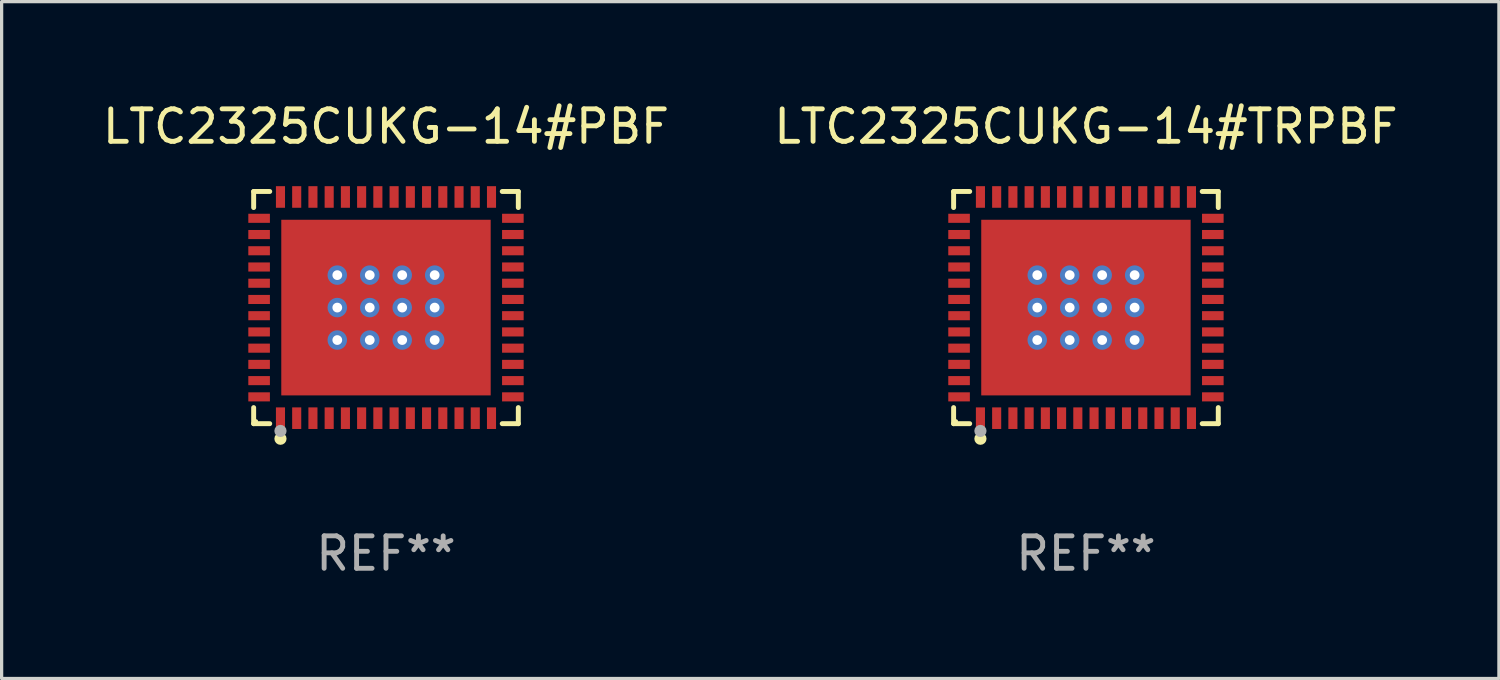
<source format=kicad_pcb>
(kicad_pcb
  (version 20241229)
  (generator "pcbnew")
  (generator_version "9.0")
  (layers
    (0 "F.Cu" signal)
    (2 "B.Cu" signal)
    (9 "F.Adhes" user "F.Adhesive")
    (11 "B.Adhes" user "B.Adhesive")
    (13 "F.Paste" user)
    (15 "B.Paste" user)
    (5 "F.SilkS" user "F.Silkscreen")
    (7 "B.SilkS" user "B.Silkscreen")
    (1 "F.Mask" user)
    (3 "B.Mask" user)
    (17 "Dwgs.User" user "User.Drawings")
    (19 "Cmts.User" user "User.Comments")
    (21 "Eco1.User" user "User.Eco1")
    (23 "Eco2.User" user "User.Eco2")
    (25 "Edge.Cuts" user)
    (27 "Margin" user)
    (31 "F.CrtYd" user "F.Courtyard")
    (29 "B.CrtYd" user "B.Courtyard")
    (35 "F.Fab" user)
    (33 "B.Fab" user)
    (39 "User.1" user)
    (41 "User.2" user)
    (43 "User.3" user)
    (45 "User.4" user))
  (footprint "LTC2325CUKG-14#PBF"
    (layer "F.Cu")
    (at 8.839 6.424)
    (property "Reference" "LTC2325CUKG-14#PBF" (at 0 -5.576 0) (layer "F.SilkS") (effects (font (size 1 1) (thickness 0.15))))
    (attr through_hole)
    (fp_line (start -4.076 -3.576) (end -3.581 -3.576) (stroke (width 0.152) (type solid)) (layer "F.SilkS"))
    (fp_line (start -4.076 -3.081) (end -4.076 -3.576) (stroke (width 0.152) (type solid)) (layer "F.SilkS"))
    (fp_line (start -4.076 3.081) (end -4.076 3.576) (stroke (width 0.152) (type solid)) (layer "F.SilkS"))
    (fp_line (start -4.076 3.576) (end -3.581 3.576) (stroke (width 0.152) (type solid)) (layer "F.SilkS"))
    (fp_line (start 4.076 -3.576) (end 3.581 -3.576) (stroke (width 0.152) (type solid)) (layer "F.SilkS"))
    (fp_line (start 4.076 -3.081) (end 4.076 -3.576) (stroke (width 0.152) (type solid)) (layer "F.SilkS"))
    (fp_line (start 4.076 3.081) (end 4.076 3.576) (stroke (width 0.152) (type solid)) (layer "F.SilkS"))
    (fp_line (start 4.076 3.576) (end 3.581 3.576) (stroke (width 0.152) (type solid)) (layer "F.SilkS"))
    (fp_circle (center -4 3.5) (end -3.97 3.5) (stroke (width 0.06) (type solid)) (fill no) (layer "F.SilkS"))
    (fp_circle (center -3.25 4.04) (end -3.156 4.04) (stroke (width 0.188) (type solid)) (fill no) (layer "F.SilkS"))
    (fp_circle (center -3.25 3.8) (end -3.156 3.8) (stroke (width 0.188) (type solid)) (fill no) (layer "F.Fab"))
    (fp_text user "REF**" (at 0 7.576 0) (layer "F.Fab") (effects (font (size 1 1) (thickness 0.15))))
    (pad "1" smd rect (at -3.25 3.407) (size 0.28 0.665) (layers "F.Cu" "F.Mask" "F.Paste"))
    (pad "2" smd rect (at -2.75 3.407) (size 0.28 0.665) (layers "F.Cu" "F.Mask" "F.Paste"))
    (pad "3" smd rect (at -2.25 3.407) (size 0.28 0.665) (layers "F.Cu" "F.Mask" "F.Paste"))
    (pad "4" smd rect (at -1.75 3.407) (size 0.28 0.665) (layers "F.Cu" "F.Mask" "F.Paste"))
    (pad "5" smd rect (at -1.25 3.407) (size 0.28 0.665) (layers "F.Cu" "F.Mask" "F.Paste"))
    (pad "6" smd rect (at -0.75 3.407) (size 0.28 0.665) (layers "F.Cu" "F.Mask" "F.Paste"))
    (pad "7" smd rect (at -0.25 3.407) (size 0.28 0.665) (layers "F.Cu" "F.Mask" "F.Paste"))
    (pad "8" smd rect (at 0.25 3.407) (size 0.28 0.665) (layers "F.Cu" "F.Mask" "F.Paste"))
    (pad "9" smd rect (at 0.75 3.407) (size 0.28 0.665) (layers "F.Cu" "F.Mask" "F.Paste"))
    (pad "10" smd rect (at 1.25 3.407) (size 0.28 0.665) (layers "F.Cu" "F.Mask" "F.Paste"))
    (pad "11" smd rect (at 1.75 3.407) (size 0.28 0.665) (layers "F.Cu" "F.Mask" "F.Paste"))
    (pad "12" smd rect (at 2.25 3.407) (size 0.28 0.665) (layers "F.Cu" "F.Mask" "F.Paste"))
    (pad "13" smd rect (at 2.75 3.407) (size 0.28 0.665) (layers "F.Cu" "F.Mask" "F.Paste"))
    (pad "14" smd rect (at 3.25 3.407) (size 0.28 0.665) (layers "F.Cu" "F.Mask" "F.Paste"))
    (pad "15" smd rect (at 3.908 2.75) (size 0.665 0.28) (layers "F.Cu" "F.Mask" "F.Paste"))
    (pad "16" smd rect (at 3.908 2.25) (size 0.665 0.28) (layers "F.Cu" "F.Mask" "F.Paste"))
    (pad "17" smd rect (at 3.908 1.75) (size 0.665 0.28) (layers "F.Cu" "F.Mask" "F.Paste"))
    (pad "18" smd rect (at 3.908 1.25) (size 0.665 0.28) (layers "F.Cu" "F.Mask" "F.Paste"))
    (pad "19" smd rect (at 3.908 0.75) (size 0.665 0.28) (layers "F.Cu" "F.Mask" "F.Paste"))
    (pad "20" smd rect (at 3.908 0.25) (size 0.665 0.28) (layers "F.Cu" "F.Mask" "F.Paste"))
    (pad "21" smd rect (at 3.908 -0.25) (size 0.665 0.28) (layers "F.Cu" "F.Mask" "F.Paste"))
    (pad "22" smd rect (at 3.908 -0.75) (size 0.665 0.28) (layers "F.Cu" "F.Mask" "F.Paste"))
    (pad "23" smd rect (at 3.908 -1.25) (size 0.665 0.28) (layers "F.Cu" "F.Mask" "F.Paste"))
    (pad "24" smd rect (at 3.908 -1.75) (size 0.665 0.28) (layers "F.Cu" "F.Mask" "F.Paste"))
    (pad "25" smd rect (at 3.908 -2.25) (size 0.665 0.28) (layers "F.Cu" "F.Mask" "F.Paste"))
    (pad "26" smd rect (at 3.908 -2.75) (size 0.665 0.28) (layers "F.Cu" "F.Mask" "F.Paste"))
    (pad "27" smd rect (at 3.25 -3.407) (size 0.28 0.665) (layers "F.Cu" "F.Mask" "F.Paste"))
    (pad "28" smd rect (at 2.75 -3.407) (size 0.28 0.665) (layers "F.Cu" "F.Mask" "F.Paste"))
    (pad "29" smd rect (at 2.25 -3.407) (size 0.28 0.665) (layers "F.Cu" "F.Mask" "F.Paste"))
    (pad "30" smd rect (at 1.75 -3.407) (size 0.28 0.665) (layers "F.Cu" "F.Mask" "F.Paste"))
    (pad "31" smd rect (at 1.25 -3.407) (size 0.28 0.665) (layers "F.Cu" "F.Mask" "F.Paste"))
    (pad "32" smd rect (at 0.75 -3.407) (size 0.28 0.665) (layers "F.Cu" "F.Mask" "F.Paste"))
    (pad "33" smd rect (at 0.25 -3.407) (size 0.28 0.665) (layers "F.Cu" "F.Mask" "F.Paste"))
    (pad "34" smd rect (at -0.25 -3.407) (size 0.28 0.665) (layers "F.Cu" "F.Mask" "F.Paste"))
    (pad "35" smd rect (at -0.75 -3.407) (size 0.28 0.665) (layers "F.Cu" "F.Mask" "F.Paste"))
    (pad "36" smd rect (at -1.25 -3.407) (size 0.28 0.665) (layers "F.Cu" "F.Mask" "F.Paste"))
    (pad "37" smd rect (at -1.75 -3.407) (size 0.28 0.665) (layers "F.Cu" "F.Mask" "F.Paste"))
    (pad "38" smd rect (at -2.25 -3.407) (size 0.28 0.665) (layers "F.Cu" "F.Mask" "F.Paste"))
    (pad "39" smd rect (at -2.75 -3.407) (size 0.28 0.665) (layers "F.Cu" "F.Mask" "F.Paste"))
    (pad "40" smd rect (at -3.25 -3.407) (size 0.28 0.665) (layers "F.Cu" "F.Mask" "F.Paste"))
    (pad "41" smd rect (at -3.908 -2.75) (size 0.665 0.28) (layers "F.Cu" "F.Mask" "F.Paste"))
    (pad "42" smd rect (at -3.908 -2.25) (size 0.665 0.28) (layers "F.Cu" "F.Mask" "F.Paste"))
    (pad "43" smd rect (at -3.908 -1.75) (size 0.665 0.28) (layers "F.Cu" "F.Mask" "F.Paste"))
    (pad "44" smd rect (at -3.908 -1.25) (size 0.665 0.28) (layers "F.Cu" "F.Mask" "F.Paste"))
    (pad "45" smd rect (at -3.908 -0.75) (size 0.665 0.28) (layers "F.Cu" "F.Mask" "F.Paste"))
    (pad "46" smd rect (at -3.908 -0.25) (size 0.665 0.28) (layers "F.Cu" "F.Mask" "F.Paste"))
    (pad "47" smd rect (at -3.908 0.25) (size 0.665 0.28) (layers "F.Cu" "F.Mask" "F.Paste"))
    (pad "48" smd rect (at -3.908 0.75) (size 0.665 0.28) (layers "F.Cu" "F.Mask" "F.Paste"))
    (pad "49" smd rect (at -3.908 1.25) (size 0.665 0.28) (layers "F.Cu" "F.Mask" "F.Paste"))
    (pad "50" smd rect (at -3.908 1.75) (size 0.665 0.28) (layers "F.Cu" "F.Mask" "F.Paste"))
    (pad "51" smd rect (at -3.908 2.25) (size 0.665 0.28) (layers "F.Cu" "F.Mask" "F.Paste"))
    (pad "52" smd rect (at -3.908 2.75) (size 0.665 0.28) (layers "F.Cu" "F.Mask" "F.Paste"))
    (pad "53" thru_hole circle (at -1.5 -1) (size 0.6 0.6) (drill 0.3) (layers "*.Cu" "*.Mask"))
    (pad "53" thru_hole circle (at -1.5 0) (size 0.6 0.6) (drill 0.3) (layers "*.Cu" "*.Mask"))
    (pad "53" thru_hole circle (at -1.5 1) (size 0.6 0.6) (drill 0.3) (layers "*.Cu" "*.Mask"))
    (pad "53" thru_hole circle (at -0.5 -1) (size 0.6 0.6) (drill 0.3) (layers "*.Cu" "*.Mask"))
    (pad "53" thru_hole circle (at -0.5 0) (size 0.6 0.6) (drill 0.3) (layers "*.Cu" "*.Mask"))
    (pad "53" thru_hole circle (at -0.5 1) (size 0.6 0.6) (drill 0.3) (layers "*.Cu" "*.Mask"))
    (pad "53" smd rect (at 0 0) (size 6.45 5.41) (layers "F.Cu" "F.Mask" "F.Paste"))
    (pad "53" thru_hole circle (at 0.5 -1) (size 0.6 0.6) (drill 0.3) (layers "*.Cu" "*.Mask"))
    (pad "53" thru_hole circle (at 0.5 0) (size 0.6 0.6) (drill 0.3) (layers "*.Cu" "*.Mask"))
    (pad "53" thru_hole circle (at 0.5 1) (size 0.6 0.6) (drill 0.3) (layers "*.Cu" "*.Mask"))
    (pad "53" thru_hole circle (at 1.5 -1) (size 0.6 0.6) (drill 0.3) (layers "*.Cu" "*.Mask"))
    (pad "53" thru_hole circle (at 1.5 0) (size 0.6 0.6) (drill 0.3) (layers "*.Cu" "*.Mask"))
    (pad "53" thru_hole circle (at 1.5 1) (size 0.6 0.6) (drill 0.3) (layers "*.Cu" "*.Mask")))
  (footprint "LTC2325CUKG-14#TRPBF"
    (layer "F.Cu")
    (at 30.399 6.424)
    (property "Reference" "LTC2325CUKG-14#TRPBF" (at 0 -5.576 0) (layer "F.SilkS") (effects (font (size 1 1) (thickness 0.15))))
    (attr through_hole)
    (fp_line (start -4.076 -3.576) (end -3.581 -3.576) (stroke (width 0.152) (type solid)) (layer "F.SilkS"))
    (fp_line (start -4.076 -3.081) (end -4.076 -3.576) (stroke (width 0.152) (type solid)) (layer "F.SilkS"))
    (fp_line (start -4.076 3.081) (end -4.076 3.576) (stroke (width 0.152) (type solid)) (layer "F.SilkS"))
    (fp_line (start -4.076 3.576) (end -3.581 3.576) (stroke (width 0.152) (type solid)) (layer "F.SilkS"))
    (fp_line (start 4.076 -3.576) (end 3.581 -3.576) (stroke (width 0.152) (type solid)) (layer "F.SilkS"))
    (fp_line (start 4.076 -3.081) (end 4.076 -3.576) (stroke (width 0.152) (type solid)) (layer "F.SilkS"))
    (fp_line (start 4.076 3.081) (end 4.076 3.576) (stroke (width 0.152) (type solid)) (layer "F.SilkS"))
    (fp_line (start 4.076 3.576) (end 3.581 3.576) (stroke (width 0.152) (type solid)) (layer "F.SilkS"))
    (fp_circle (center -4 3.5) (end -3.97 3.5) (stroke (width 0.06) (type solid)) (fill no) (layer "F.SilkS"))
    (fp_circle (center -3.25 4.04) (end -3.156 4.04) (stroke (width 0.188) (type solid)) (fill no) (layer "F.SilkS"))
    (fp_circle (center -3.25 3.8) (end -3.156 3.8) (stroke (width 0.188) (type solid)) (fill no) (layer "F.Fab"))
    (fp_text user "REF**" (at 0 7.576 0) (layer "F.Fab") (effects (font (size 1 1) (thickness 0.15))))
    (pad "1" smd rect (at -3.25 3.407) (size 0.28 0.665) (layers "F.Cu" "F.Mask" "F.Paste"))
    (pad "2" smd rect (at -2.75 3.407) (size 0.28 0.665) (layers "F.Cu" "F.Mask" "F.Paste"))
    (pad "3" smd rect (at -2.25 3.407) (size 0.28 0.665) (layers "F.Cu" "F.Mask" "F.Paste"))
    (pad "4" smd rect (at -1.75 3.407) (size 0.28 0.665) (layers "F.Cu" "F.Mask" "F.Paste"))
    (pad "5" smd rect (at -1.25 3.407) (size 0.28 0.665) (layers "F.Cu" "F.Mask" "F.Paste"))
    (pad "6" smd rect (at -0.75 3.407) (size 0.28 0.665) (layers "F.Cu" "F.Mask" "F.Paste"))
    (pad "7" smd rect (at -0.25 3.407) (size 0.28 0.665) (layers "F.Cu" "F.Mask" "F.Paste"))
    (pad "8" smd rect (at 0.25 3.407) (size 0.28 0.665) (layers "F.Cu" "F.Mask" "F.Paste"))
    (pad "9" smd rect (at 0.75 3.407) (size 0.28 0.665) (layers "F.Cu" "F.Mask" "F.Paste"))
    (pad "10" smd rect (at 1.25 3.407) (size 0.28 0.665) (layers "F.Cu" "F.Mask" "F.Paste"))
    (pad "11" smd rect (at 1.75 3.407) (size 0.28 0.665) (layers "F.Cu" "F.Mask" "F.Paste"))
    (pad "12" smd rect (at 2.25 3.407) (size 0.28 0.665) (layers "F.Cu" "F.Mask" "F.Paste"))
    (pad "13" smd rect (at 2.75 3.407) (size 0.28 0.665) (layers "F.Cu" "F.Mask" "F.Paste"))
    (pad "14" smd rect (at 3.25 3.407) (size 0.28 0.665) (layers "F.Cu" "F.Mask" "F.Paste"))
    (pad "15" smd rect (at 3.908 2.75) (size 0.665 0.28) (layers "F.Cu" "F.Mask" "F.Paste"))
    (pad "16" smd rect (at 3.908 2.25) (size 0.665 0.28) (layers "F.Cu" "F.Mask" "F.Paste"))
    (pad "17" smd rect (at 3.908 1.75) (size 0.665 0.28) (layers "F.Cu" "F.Mask" "F.Paste"))
    (pad "18" smd rect (at 3.908 1.25) (size 0.665 0.28) (layers "F.Cu" "F.Mask" "F.Paste"))
    (pad "19" smd rect (at 3.908 0.75) (size 0.665 0.28) (layers "F.Cu" "F.Mask" "F.Paste"))
    (pad "20" smd rect (at 3.908 0.25) (size 0.665 0.28) (layers "F.Cu" "F.Mask" "F.Paste"))
    (pad "21" smd rect (at 3.908 -0.25) (size 0.665 0.28) (layers "F.Cu" "F.Mask" "F.Paste"))
    (pad "22" smd rect (at 3.908 -0.75) (size 0.665 0.28) (layers "F.Cu" "F.Mask" "F.Paste"))
    (pad "23" smd rect (at 3.908 -1.25) (size 0.665 0.28) (layers "F.Cu" "F.Mask" "F.Paste"))
    (pad "24" smd rect (at 3.908 -1.75) (size 0.665 0.28) (layers "F.Cu" "F.Mask" "F.Paste"))
    (pad "25" smd rect (at 3.908 -2.25) (size 0.665 0.28) (layers "F.Cu" "F.Mask" "F.Paste"))
    (pad "26" smd rect (at 3.908 -2.75) (size 0.665 0.28) (layers "F.Cu" "F.Mask" "F.Paste"))
    (pad "27" smd rect (at 3.25 -3.407) (size 0.28 0.665) (layers "F.Cu" "F.Mask" "F.Paste"))
    (pad "28" smd rect (at 2.75 -3.407) (size 0.28 0.665) (layers "F.Cu" "F.Mask" "F.Paste"))
    (pad "29" smd rect (at 2.25 -3.407) (size 0.28 0.665) (layers "F.Cu" "F.Mask" "F.Paste"))
    (pad "30" smd rect (at 1.75 -3.407) (size 0.28 0.665) (layers "F.Cu" "F.Mask" "F.Paste"))
    (pad "31" smd rect (at 1.25 -3.407) (size 0.28 0.665) (layers "F.Cu" "F.Mask" "F.Paste"))
    (pad "32" smd rect (at 0.75 -3.407) (size 0.28 0.665) (layers "F.Cu" "F.Mask" "F.Paste"))
    (pad "33" smd rect (at 0.25 -3.407) (size 0.28 0.665) (layers "F.Cu" "F.Mask" "F.Paste"))
    (pad "34" smd rect (at -0.25 -3.407) (size 0.28 0.665) (layers "F.Cu" "F.Mask" "F.Paste"))
    (pad "35" smd rect (at -0.75 -3.407) (size 0.28 0.665) (layers "F.Cu" "F.Mask" "F.Paste"))
    (pad "36" smd rect (at -1.25 -3.407) (size 0.28 0.665) (layers "F.Cu" "F.Mask" "F.Paste"))
    (pad "37" smd rect (at -1.75 -3.407) (size 0.28 0.665) (layers "F.Cu" "F.Mask" "F.Paste"))
    (pad "38" smd rect (at -2.25 -3.407) (size 0.28 0.665) (layers "F.Cu" "F.Mask" "F.Paste"))
    (pad "39" smd rect (at -2.75 -3.407) (size 0.28 0.665) (layers "F.Cu" "F.Mask" "F.Paste"))
    (pad "40" smd rect (at -3.25 -3.407) (size 0.28 0.665) (layers "F.Cu" "F.Mask" "F.Paste"))
    (pad "41" smd rect (at -3.908 -2.75) (size 0.665 0.28) (layers "F.Cu" "F.Mask" "F.Paste"))
    (pad "42" smd rect (at -3.908 -2.25) (size 0.665 0.28) (layers "F.Cu" "F.Mask" "F.Paste"))
    (pad "43" smd rect (at -3.908 -1.75) (size 0.665 0.28) (layers "F.Cu" "F.Mask" "F.Paste"))
    (pad "44" smd rect (at -3.908 -1.25) (size 0.665 0.28) (layers "F.Cu" "F.Mask" "F.Paste"))
    (pad "45" smd rect (at -3.908 -0.75) (size 0.665 0.28) (layers "F.Cu" "F.Mask" "F.Paste"))
    (pad "46" smd rect (at -3.908 -0.25) (size 0.665 0.28) (layers "F.Cu" "F.Mask" "F.Paste"))
    (pad "47" smd rect (at -3.908 0.25) (size 0.665 0.28) (layers "F.Cu" "F.Mask" "F.Paste"))
    (pad "48" smd rect (at -3.908 0.75) (size 0.665 0.28) (layers "F.Cu" "F.Mask" "F.Paste"))
    (pad "49" smd rect (at -3.908 1.25) (size 0.665 0.28) (layers "F.Cu" "F.Mask" "F.Paste"))
    (pad "50" smd rect (at -3.908 1.75) (size 0.665 0.28) (layers "F.Cu" "F.Mask" "F.Paste"))
    (pad "51" smd rect (at -3.908 2.25) (size 0.665 0.28) (layers "F.Cu" "F.Mask" "F.Paste"))
    (pad "52" smd rect (at -3.908 2.75) (size 0.665 0.28) (layers "F.Cu" "F.Mask" "F.Paste"))
    (pad "53" thru_hole circle (at -1.5 -1) (size 0.6 0.6) (drill 0.3) (layers "*.Cu" "*.Mask"))
    (pad "53" thru_hole circle (at -1.5 0) (size 0.6 0.6) (drill 0.3) (layers "*.Cu" "*.Mask"))
    (pad "53" thru_hole circle (at -1.5 1) (size 0.6 0.6) (drill 0.3) (layers "*.Cu" "*.Mask"))
    (pad "53" thru_hole circle (at -0.5 -1) (size 0.6 0.6) (drill 0.3) (layers "*.Cu" "*.Mask"))
    (pad "53" thru_hole circle (at -0.5 0) (size 0.6 0.6) (drill 0.3) (layers "*.Cu" "*.Mask"))
    (pad "53" thru_hole circle (at -0.5 1) (size 0.6 0.6) (drill 0.3) (layers "*.Cu" "*.Mask"))
    (pad "53" smd rect (at 0 0) (size 6.45 5.41) (layers "F.Cu" "F.Mask" "F.Paste"))
    (pad "53" thru_hole circle (at 0.5 -1) (size 0.6 0.6) (drill 0.3) (layers "*.Cu" "*.Mask"))
    (pad "53" thru_hole circle (at 0.5 0) (size 0.6 0.6) (drill 0.3) (layers "*.Cu" "*.Mask"))
    (pad "53" thru_hole circle (at 0.5 1) (size 0.6 0.6) (drill 0.3) (layers "*.Cu" "*.Mask"))
    (pad "53" thru_hole circle (at 1.5 -1) (size 0.6 0.6) (drill 0.3) (layers "*.Cu" "*.Mask"))
    (pad "53" thru_hole circle (at 1.5 0) (size 0.6 0.6) (drill 0.3) (layers "*.Cu" "*.Mask"))
    (pad "53" thru_hole circle (at 1.5 1) (size 0.6 0.6) (drill 0.3) (layers "*.Cu" "*.Mask")))
  (gr_rect
    (start -3 -3)
    (end 43.119 17.849)
    (stroke (width 0.1) (type default))
    (fill no)
    (layer "Edge.Cuts")))
</source>
